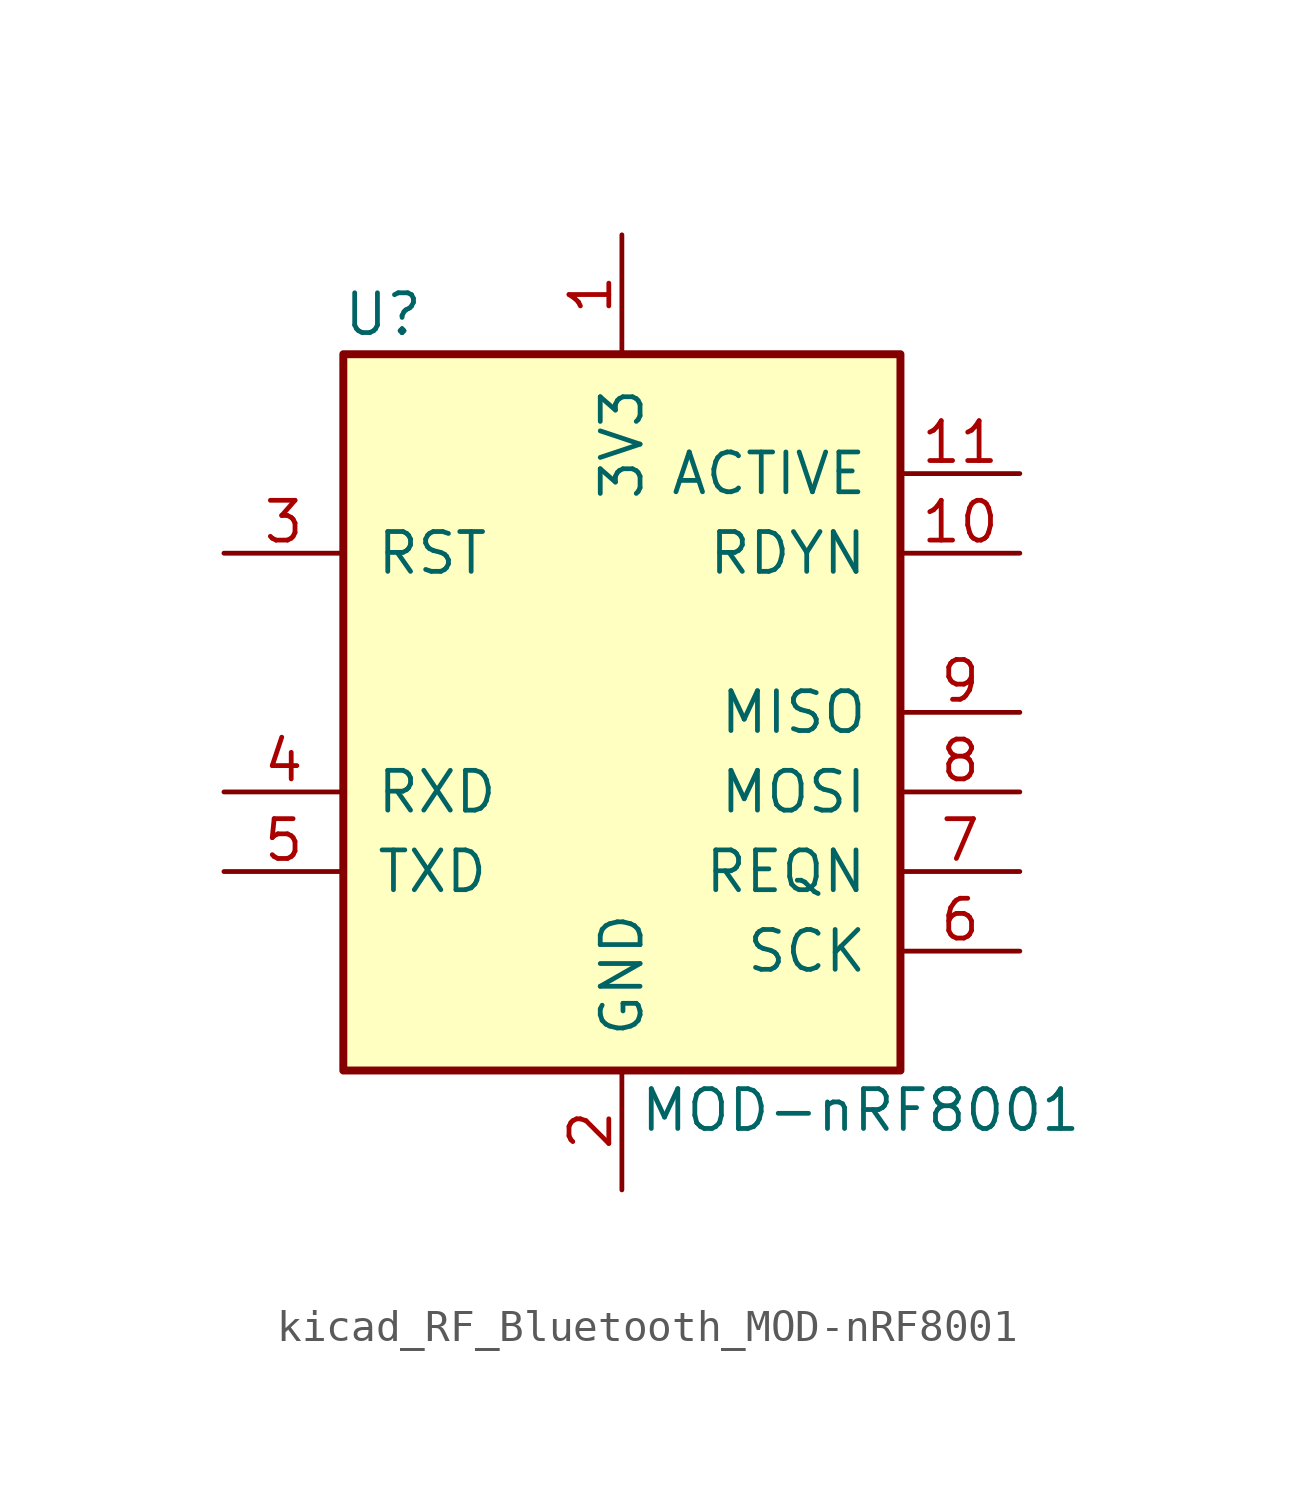
<source format=kicad_sym>
(kicad_symbol_lib
  (version 20220914)
  (generator kicad_symbol_editor)
  (symbol "kicad_RF_Bluetooth_MOD-nRF8001"
    (pin_names
      (offset 1.016))
    (property "Reference" "U"
      (at -7.62 12.7 0)
      (effects (font (size 1.27 1.27))))
    (property "Value" "MOD-nRF8001"
      (at 7.62 -12.7 0)
      (effects (font (size 1.27 1.27))))
    (symbol "kicad_RF_Bluetooth_MOD-nRF8001_0_1"
      (rectangle (start -8.89 11.43) (end 8.89 -11.43) (stroke (width 0.254) (type default)) (fill (type background))))
    (symbol "kicad_RF_Bluetooth_MOD-nRF8001_1_1"
      (pin power_in line (at 0 15.24 270) (length 3.81) (name "3V3" (effects (font (size 1.27 1.27)))) (number "1" (effects (font (size 1.27 1.27)))))
      (pin output line (at 12.7 5.08 180) (length 3.81) (name "RDYN" (effects (font (size 1.27 1.27)))) (number "10" (effects (font (size 1.27 1.27)))))
      (pin output line (at 12.7 7.62 180) (length 3.81) (name "ACTIVE" (effects (font (size 1.27 1.27)))) (number "11" (effects (font (size 1.27 1.27)))))
      (pin power_in line (at 0 -15.24 90) (length 3.81) (name "GND" (effects (font (size 1.27 1.27)))) (number "2" (effects (font (size 1.27 1.27)))))
      (pin input line (at -12.7 5.08 0) (length 3.81) (name "RST" (effects (font (size 1.27 1.27)))) (number "3" (effects (font (size 1.27 1.27)))))
      (pin input line (at -12.7 -2.54 0) (length 3.81) (name "RXD" (effects (font (size 1.27 1.27)))) (number "4" (effects (font (size 1.27 1.27)))))
      (pin output line (at -12.7 -5.08 0) (length 3.81) (name "TXD" (effects (font (size 1.27 1.27)))) (number "5" (effects (font (size 1.27 1.27)))))
      (pin input line (at 12.7 -7.62 180) (length 3.81) (name "SCK" (effects (font (size 1.27 1.27)))) (number "6" (effects (font (size 1.27 1.27)))))
      (pin input line (at 12.7 -5.08 180) (length 3.81) (name "REQN" (effects (font (size 1.27 1.27)))) (number "7" (effects (font (size 1.27 1.27)))))
      (pin input line (at 12.7 -2.54 180) (length 3.81) (name "MOSI" (effects (font (size 1.27 1.27)))) (number "8" (effects (font (size 1.27 1.27)))))
      (pin output line (at 12.7 0 180) (length 3.81) (name "MISO" (effects (font (size 1.27 1.27)))) (number "9" (effects (font (size 1.27 1.27))))))))
</source>
